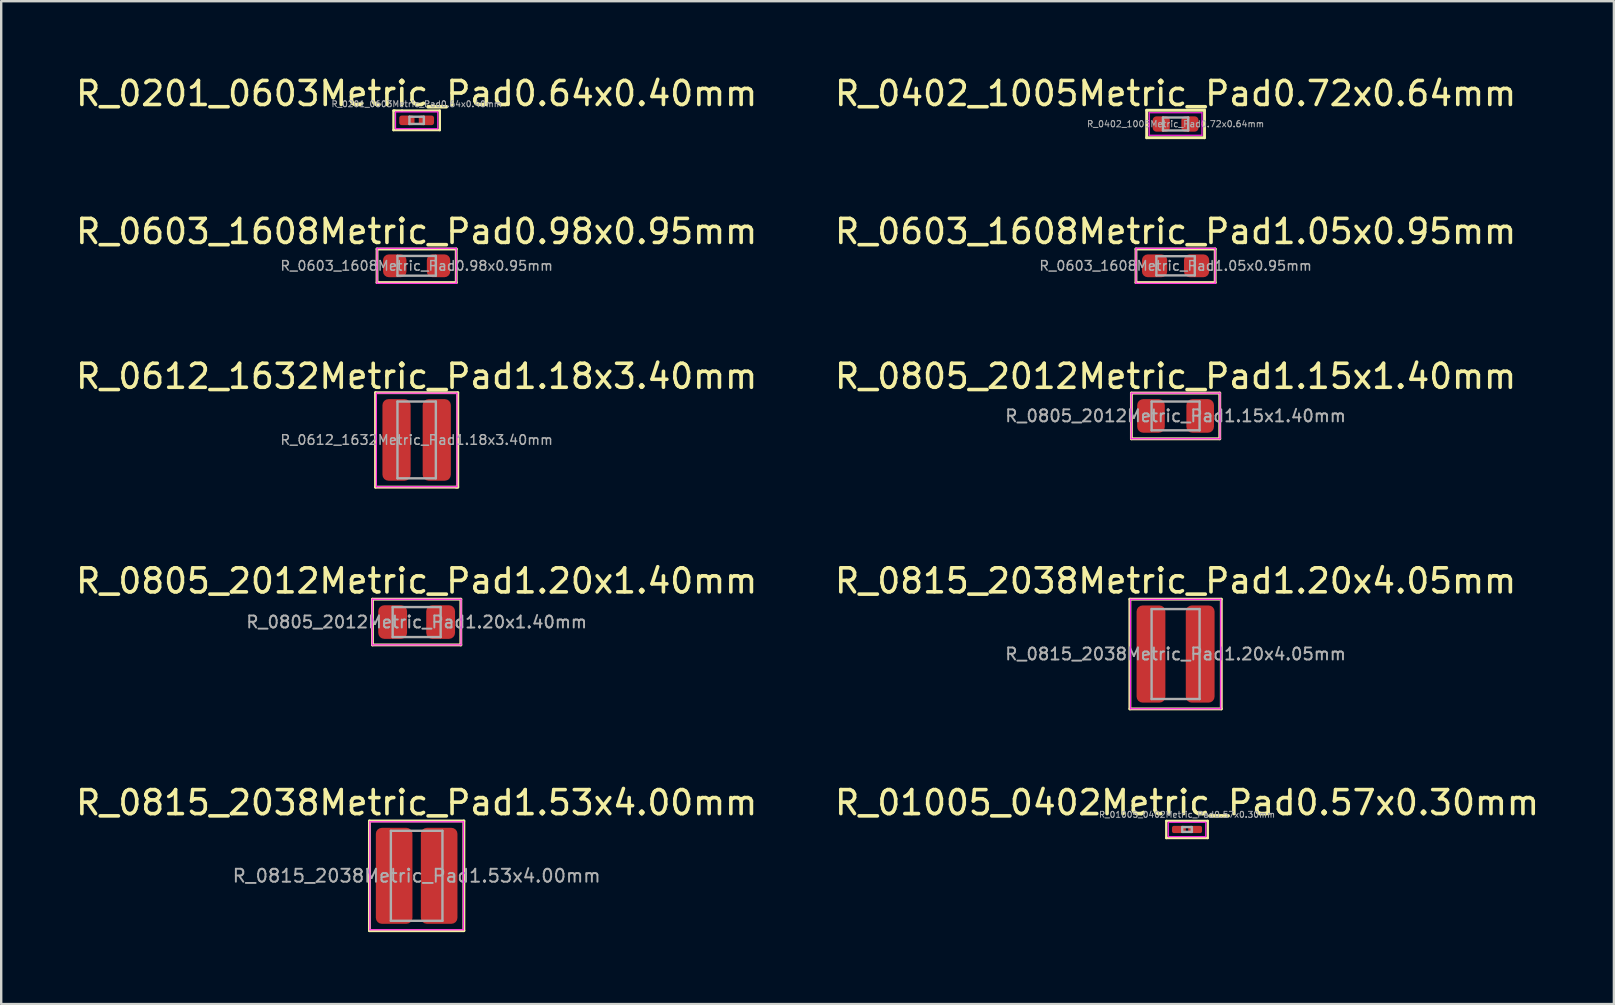
<source format=kicad_pcb>
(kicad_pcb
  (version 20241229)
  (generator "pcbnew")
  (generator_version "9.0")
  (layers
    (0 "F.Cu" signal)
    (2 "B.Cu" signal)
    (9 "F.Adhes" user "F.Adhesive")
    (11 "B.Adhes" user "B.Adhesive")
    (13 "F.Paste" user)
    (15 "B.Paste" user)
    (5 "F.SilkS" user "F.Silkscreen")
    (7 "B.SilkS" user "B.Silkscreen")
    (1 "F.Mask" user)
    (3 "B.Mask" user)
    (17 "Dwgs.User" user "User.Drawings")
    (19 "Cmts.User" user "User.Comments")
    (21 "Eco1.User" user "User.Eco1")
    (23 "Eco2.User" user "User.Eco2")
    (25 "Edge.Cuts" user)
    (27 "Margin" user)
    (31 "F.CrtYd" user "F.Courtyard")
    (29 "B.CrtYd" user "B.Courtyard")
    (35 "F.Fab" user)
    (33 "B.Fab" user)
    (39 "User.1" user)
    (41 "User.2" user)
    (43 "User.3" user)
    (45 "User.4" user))
  (footprint "R_0603_1608Metric_Pad1.05x0.95mm"
    (layer "F.Cu")
    (at 45.946 8.028)
    (property "Reference" "R_0603_1608Metric_Pad1.05x0.95mm" (at 0 -1.43 0) (layer "F.SilkS") (effects (font (size 1 1) (thickness 0.15))))
    (attr smd)
    (fp_line (start -1.651 -0.699) (end -1.651 0.699) (stroke (width 0.12) (type solid)) (layer "F.SilkS"))
    (fp_line (start -1.651 0.699) (end 1.651 0.699) (stroke (width 0.12) (type solid)) (layer "F.SilkS"))
    (fp_line (start 1.651 -0.699) (end -1.651 -0.699) (stroke (width 0.12) (type solid)) (layer "F.SilkS"))
    (fp_line (start 1.651 0.699) (end 1.651 -0.699) (stroke (width 0.12) (type solid)) (layer "F.SilkS"))
    (fp_line (start -1.65 -0.73) (end 1.65 -0.73) (stroke (width 0.05) (type solid)) (layer "F.CrtYd"))
    (fp_line (start -1.65 0.73) (end -1.65 -0.73) (stroke (width 0.05) (type solid)) (layer "F.CrtYd"))
    (fp_line (start 1.65 -0.73) (end 1.65 0.73) (stroke (width 0.05) (type solid)) (layer "F.CrtYd"))
    (fp_line (start 1.65 0.73) (end -1.65 0.73) (stroke (width 0.05) (type solid)) (layer "F.CrtYd"))
    (fp_line (start -0.8 -0.4) (end 0.8 -0.4) (stroke (width 0.1) (type solid)) (layer "F.Fab"))
    (fp_line (start -0.8 0.4) (end -0.8 -0.4) (stroke (width 0.1) (type solid)) (layer "F.Fab"))
    (fp_line (start 0.8 -0.4) (end 0.8 0.4) (stroke (width 0.1) (type solid)) (layer "F.Fab"))
    (fp_line (start 0.8 0.4) (end -0.8 0.4) (stroke (width 0.1) (type solid)) (layer "F.Fab"))
    (fp_text user "${REFERENCE}" (at 0 0 0) (layer "F.Fab") (effects (font (size 0.4 0.4) (thickness 0.06))))
    (pad "1" smd roundrect (at -0.875 0) (size 1.05 0.95) (layers "F.Cu" "F.Mask" "F.Paste") (roundrect_rratio 0.25))
    (pad "2" smd roundrect (at 0.875 0) (size 1.05 0.95) (layers "F.Cu" "F.Mask" "F.Paste") (roundrect_rratio 0.25)))
  (footprint "R_0612_1632Metric_Pad1.18x3.40mm"
    (layer "F.Cu")
    (at 14.315 15.285)
    (property "Reference" "R_0612_1632Metric_Pad1.18x3.40mm" (at 0 -2.65 0) (layer "F.SilkS") (effects (font (size 1 1) (thickness 0.15))))
    (attr smd)
    (fp_line (start -1.714 -1.968) (end -1.714 1.968) (stroke (width 0.12) (type solid)) (layer "F.SilkS"))
    (fp_line (start -1.714 1.968) (end 1.651 1.968) (stroke (width 0.12) (type solid)) (layer "F.SilkS"))
    (fp_line (start 1.651 1.968) (end 1.714 1.968) (stroke (width 0.12) (type solid)) (layer "F.SilkS"))
    (fp_line (start 1.714 -1.968) (end -1.714 -1.968) (stroke (width 0.12) (type solid)) (layer "F.SilkS"))
    (fp_line (start 1.714 1.968) (end 1.714 -1.968) (stroke (width 0.12) (type solid)) (layer "F.SilkS"))
    (fp_line (start -1.68 -1.95) (end 1.68 -1.95) (stroke (width 0.05) (type solid)) (layer "F.CrtYd"))
    (fp_line (start -1.68 1.95) (end -1.68 -1.95) (stroke (width 0.05) (type solid)) (layer "F.CrtYd"))
    (fp_line (start 1.68 -1.95) (end 1.68 1.95) (stroke (width 0.05) (type solid)) (layer "F.CrtYd"))
    (fp_line (start 1.68 1.95) (end -1.68 1.95) (stroke (width 0.05) (type solid)) (layer "F.CrtYd"))
    (fp_line (start -0.8 -1.6) (end 0.8 -1.6) (stroke (width 0.1) (type solid)) (layer "F.Fab"))
    (fp_line (start -0.8 1.6) (end -0.8 -1.6) (stroke (width 0.1) (type solid)) (layer "F.Fab"))
    (fp_line (start 0.8 -1.6) (end 0.8 1.6) (stroke (width 0.1) (type solid)) (layer "F.Fab"))
    (fp_line (start 0.8 1.6) (end -0.8 1.6) (stroke (width 0.1) (type solid)) (layer "F.Fab"))
    (fp_text user "${REFERENCE}" (at 0 0 0) (layer "F.Fab") (effects (font (size 0.4 0.4) (thickness 0.06))))
    (pad "1" smd roundrect (at -0.838 0) (size 1.175 3.4) (layers "F.Cu" "F.Mask" "F.Paste") (roundrect_rratio 0.213))
    (pad "2" smd roundrect (at 0.838 0) (size 1.175 3.4) (layers "F.Cu" "F.Mask" "F.Paste") (roundrect_rratio 0.213)))
  (footprint "R_0815_2038Metric_Pad1.53x4.00mm"
    (layer "F.Cu")
    (at 14.315 33.452)
    (property "Reference" "R_0815_2038Metric_Pad1.53x4.00mm" (at 0 -3.048 0) (layer "F.SilkS") (effects (font (size 1 1) (thickness 0.15))))
    (attr smd)
    (fp_line (start -1.968 -2.286) (end 1.968 -2.286) (stroke (width 0.12) (type solid)) (layer "F.SilkS"))
    (fp_line (start -1.968 2.286) (end -1.968 -2.286) (stroke (width 0.12) (type solid)) (layer "F.SilkS"))
    (fp_line (start 1.968 -2.286) (end 1.968 2.286) (stroke (width 0.12) (type solid)) (layer "F.SilkS"))
    (fp_line (start 1.968 2.286) (end -1.968 2.286) (stroke (width 0.12) (type solid)) (layer "F.SilkS"))
    (fp_line (start -1.95 -2.25) (end 1.95 -2.25) (stroke (width 0.05) (type solid)) (layer "F.CrtYd"))
    (fp_line (start -1.95 2.25) (end -1.95 -2.25) (stroke (width 0.05) (type solid)) (layer "F.CrtYd"))
    (fp_line (start 1.95 -2.25) (end 1.95 2.25) (stroke (width 0.05) (type solid)) (layer "F.CrtYd"))
    (fp_line (start 1.95 2.25) (end -1.95 2.25) (stroke (width 0.05) (type solid)) (layer "F.CrtYd"))
    (fp_line (start -1.075 -1.875) (end 1.075 -1.875) (stroke (width 0.1) (type solid)) (layer "F.Fab"))
    (fp_line (start -1.075 1.875) (end -1.075 -1.875) (stroke (width 0.1) (type solid)) (layer "F.Fab"))
    (fp_line (start 1.075 -1.875) (end 1.075 1.875) (stroke (width 0.1) (type solid)) (layer "F.Fab"))
    (fp_line (start 1.075 1.875) (end -1.075 1.875) (stroke (width 0.1) (type solid)) (layer "F.Fab"))
    (fp_text user "${REFERENCE}" (at 0 0 0) (layer "F.Fab") (effects (font (size 0.54 0.54) (thickness 0.08))))
    (pad "1" smd roundrect (at -0.938 0) (size 1.525 4) (layers "F.Cu" "F.Mask" "F.Paste") (roundrect_rratio 0.164))
    (pad "2" smd roundrect (at 0.938 0) (size 1.525 4) (layers "F.Cu" "F.Mask" "F.Paste") (roundrect_rratio 0.164)))
  (footprint "R_0805_2012Metric_Pad1.15x1.40mm"
    (layer "F.Cu")
    (at 45.946 14.285)
    (property "Reference" "R_0805_2012Metric_Pad1.15x1.40mm" (at 0 -1.65 0) (layer "F.SilkS") (effects (font (size 1 1) (thickness 0.15))))
    (attr smd)
    (fp_line (start -1.841 -0.953) (end -1.841 0.953) (stroke (width 0.12) (type solid)) (layer "F.SilkS"))
    (fp_line (start -1.841 0.953) (end 1.841 0.953) (stroke (width 0.12) (type solid)) (layer "F.SilkS"))
    (fp_line (start 1.841 -0.953) (end -1.841 -0.953) (stroke (width 0.12) (type solid)) (layer "F.SilkS"))
    (fp_line (start 1.841 0.953) (end 1.841 -0.953) (stroke (width 0.12) (type solid)) (layer "F.SilkS"))
    (fp_line (start -1.85 -0.95) (end 1.85 -0.95) (stroke (width 0.05) (type solid)) (layer "F.CrtYd"))
    (fp_line (start -1.85 0.95) (end -1.85 -0.95) (stroke (width 0.05) (type solid)) (layer "F.CrtYd"))
    (fp_line (start 1.85 -0.95) (end 1.85 0.95) (stroke (width 0.05) (type solid)) (layer "F.CrtYd"))
    (fp_line (start 1.85 0.95) (end -1.85 0.95) (stroke (width 0.05) (type solid)) (layer "F.CrtYd"))
    (fp_line (start -1 -0.6) (end 1 -0.6) (stroke (width 0.1) (type solid)) (layer "F.Fab"))
    (fp_line (start -1 0.6) (end -1 -0.6) (stroke (width 0.1) (type solid)) (layer "F.Fab"))
    (fp_line (start 1 -0.6) (end 1 0.6) (stroke (width 0.1) (type solid)) (layer "F.Fab"))
    (fp_line (start 1 0.6) (end -1 0.6) (stroke (width 0.1) (type solid)) (layer "F.Fab"))
    (fp_text user "${REFERENCE}" (at 0 0 0) (layer "F.Fab") (effects (font (size 0.5 0.5) (thickness 0.08))))
    (pad "1" smd roundrect (at -1.025 0) (size 1.15 1.4) (layers "F.Cu" "F.Mask" "F.Paste") (roundrect_rratio 0.217))
    (pad "2" smd roundrect (at 1.025 0) (size 1.15 1.4) (layers "F.Cu" "F.Mask" "F.Paste") (roundrect_rratio 0.217)))
  (footprint "R_0815_2038Metric_Pad1.20x4.05mm"
    (layer "F.Cu")
    (at 45.946 24.209)
    (property "Reference" "R_0815_2038Metric_Pad1.20x4.05mm" (at 0 -3.048 0) (layer "F.SilkS") (effects (font (size 1 1) (thickness 0.15))))
    (attr smd)
    (fp_line (start -1.905 -2.286) (end -1.905 2.286) (stroke (width 0.12) (type solid)) (layer "F.SilkS"))
    (fp_line (start -1.905 2.286) (end 1.905 2.286) (stroke (width 0.12) (type solid)) (layer "F.SilkS"))
    (fp_line (start 1.905 -2.286) (end -1.905 -2.286) (stroke (width 0.12) (type solid)) (layer "F.SilkS"))
    (fp_line (start 1.905 2.286) (end 1.905 -2.286) (stroke (width 0.12) (type solid)) (layer "F.SilkS"))
    (fp_line (start -1.88 -2.28) (end 1.88 -2.28) (stroke (width 0.05) (type solid)) (layer "F.CrtYd"))
    (fp_line (start -1.88 2.28) (end -1.88 -2.28) (stroke (width 0.05) (type solid)) (layer "F.CrtYd"))
    (fp_line (start 1.88 -2.28) (end 1.88 2.28) (stroke (width 0.05) (type solid)) (layer "F.CrtYd"))
    (fp_line (start 1.88 2.28) (end -1.88 2.28) (stroke (width 0.05) (type solid)) (layer "F.CrtYd"))
    (fp_line (start -1 -1.875) (end 1 -1.875) (stroke (width 0.1) (type solid)) (layer "F.Fab"))
    (fp_line (start -1 1.875) (end -1 -1.875) (stroke (width 0.1) (type solid)) (layer "F.Fab"))
    (fp_line (start 1 -1.875) (end 1 1.875) (stroke (width 0.1) (type solid)) (layer "F.Fab"))
    (fp_line (start 1 1.875) (end -1 1.875) (stroke (width 0.1) (type solid)) (layer "F.Fab"))
    (fp_text user "${REFERENCE}" (at 0 0 0) (layer "F.Fab") (effects (font (size 0.5 0.5) (thickness 0.08))))
    (pad "1" smd roundrect (at -1.025 0) (size 1.2 4.05) (layers "F.Cu" "F.Mask" "F.Paste") (roundrect_rratio 0.208))
    (pad "2" smd roundrect (at 1.025 0) (size 1.2 4.05) (layers "F.Cu" "F.Mask" "F.Paste") (roundrect_rratio 0.208)))
  (footprint "R_0402_1005Metric_Pad0.72x0.64mm"
    (layer "F.Cu")
    (at 45.946 2.118)
    (property "Reference" "R_0402_1005Metric_Pad0.72x0.64mm" (at 0 -1.27 0) (layer "F.SilkS") (effects (font (size 1 1) (thickness 0.15))))
    (attr smd)
    (fp_line (start -1.206 -0.572) (end -1.206 0.572) (stroke (width 0.12) (type solid)) (layer "F.SilkS"))
    (fp_line (start -1.206 0.572) (end 1.206 0.572) (stroke (width 0.12) (type solid)) (layer "F.SilkS"))
    (fp_line (start 1.206 -0.572) (end -1.206 -0.572) (stroke (width 0.12) (type solid)) (layer "F.SilkS"))
    (fp_line (start 1.206 0.572) (end 1.206 -0.572) (stroke (width 0.12) (type solid)) (layer "F.SilkS"))
    (fp_line (start -1.1 -0.47) (end 1.1 -0.47) (stroke (width 0.05) (type solid)) (layer "F.CrtYd"))
    (fp_line (start -1.1 0.47) (end -1.1 -0.47) (stroke (width 0.05) (type solid)) (layer "F.CrtYd"))
    (fp_line (start 1.1 -0.47) (end 1.1 0.47) (stroke (width 0.05) (type solid)) (layer "F.CrtYd"))
    (fp_line (start 1.1 0.47) (end -1.1 0.47) (stroke (width 0.05) (type solid)) (layer "F.CrtYd"))
    (fp_line (start -0.525 -0.27) (end 0.525 -0.27) (stroke (width 0.1) (type solid)) (layer "F.Fab"))
    (fp_line (start -0.525 0.27) (end -0.525 -0.27) (stroke (width 0.1) (type solid)) (layer "F.Fab"))
    (fp_line (start 0.525 -0.27) (end 0.525 0.27) (stroke (width 0.1) (type solid)) (layer "F.Fab"))
    (fp_line (start 0.525 0.27) (end -0.525 0.27) (stroke (width 0.1) (type solid)) (layer "F.Fab"))
    (fp_text user "${REFERENCE}" (at 0 0 0) (layer "F.Fab") (effects (font (size 0.26 0.26) (thickness 0.04))))
    (pad "1" smd roundrect (at -0.598 0) (size 0.715 0.64) (layers "F.Cu" "F.Mask" "F.Paste") (roundrect_rratio 0.25))
    (pad "2" smd roundrect (at 0.598 0) (size 0.715 0.64) (layers "F.Cu" "F.Mask" "F.Paste") (roundrect_rratio 0.25)))
  (footprint "R_0201_0603Metric_Pad0.64x0.40mm"
    (layer "F.Cu")
    (at 14.315 1.966)
    (property "Reference" "R_0201_0603Metric_Pad0.64x0.40mm" (at 0 -1.118 0) (layer "F.SilkS") (effects (font (size 1 1) (thickness 0.15))))
    (attr smd)
    (fp_line (start -0.965 -0.406) (end -0.965 0.406) (stroke (width 0.1) (type solid)) (layer "F.SilkS"))
    (fp_line (start -0.965 0.406) (end 0.965 0.406) (stroke (width 0.1) (type solid)) (layer "F.SilkS"))
    (fp_line (start -0.914 -0.406) (end -0.965 -0.406) (stroke (width 0.1) (type solid)) (layer "F.SilkS"))
    (fp_line (start -0.61 -0.406) (end -0.914 -0.406) (stroke (width 0.1) (type solid)) (layer "F.SilkS"))
    (fp_line (start 0.965 -0.406) (end -0.61 -0.406) (stroke (width 0.1) (type solid)) (layer "F.SilkS"))
    (fp_line (start 0.965 0.406) (end 0.965 -0.406) (stroke (width 0.1) (type solid)) (layer "F.SilkS"))
    (fp_line (start -0.88 -0.35) (end 0.88 -0.35) (stroke (width 0.05) (type solid)) (layer "F.CrtYd"))
    (fp_line (start -0.88 0.35) (end -0.88 -0.35) (stroke (width 0.05) (type solid)) (layer "F.CrtYd"))
    (fp_line (start 0.88 -0.35) (end 0.88 0.35) (stroke (width 0.05) (type solid)) (layer "F.CrtYd"))
    (fp_line (start 0.88 0.35) (end -0.88 0.35) (stroke (width 0.05) (type solid)) (layer "F.CrtYd"))
    (fp_line (start -0.3 -0.15) (end 0.3 -0.15) (stroke (width 0.1) (type solid)) (layer "F.Fab"))
    (fp_line (start -0.3 0.15) (end -0.3 -0.15) (stroke (width 0.1) (type solid)) (layer "F.Fab"))
    (fp_line (start 0.3 -0.15) (end 0.3 0.15) (stroke (width 0.1) (type solid)) (layer "F.Fab"))
    (fp_line (start 0.3 0.15) (end -0.3 0.15) (stroke (width 0.1) (type solid)) (layer "F.Fab"))
    (fp_text user "${REFERENCE}" (at 0 -0.68 0) (layer "F.Fab") (effects (font (size 0.25 0.25) (thickness 0.04))))
    (pad "" smd roundrect (at -0.432 0) (size 0.458 0.36) (layers "F.Paste") (roundrect_rratio 0.25))
    (pad "" smd roundrect (at 0.432 0) (size 0.458 0.36) (layers "F.Paste") (roundrect_rratio 0.25))
    (pad "1" smd roundrect (at -0.407 0) (size 0.635 0.4) (layers "F.Cu" "F.Mask") (roundrect_rratio 0.25))
    (pad "2" smd roundrect (at 0.407 0) (size 0.635 0.4) (layers "F.Cu" "F.Mask") (roundrect_rratio 0.25)))
  (footprint "R_0805_2012Metric_Pad1.20x1.40mm"
    (layer "F.Cu")
    (at 14.315 22.876)
    (property "Reference" "R_0805_2012Metric_Pad1.20x1.40mm" (at 0 -1.714 0) (layer "F.SilkS") (effects (font (size 1 1) (thickness 0.15))))
    (attr smd)
    (fp_line (start -1.841 -0.953) (end -1.841 0.953) (stroke (width 0.12) (type solid)) (layer "F.SilkS"))
    (fp_line (start -1.841 0.953) (end 1.841 0.953) (stroke (width 0.12) (type solid)) (layer "F.SilkS"))
    (fp_line (start 1.841 -0.953) (end -1.841 -0.953) (stroke (width 0.12) (type solid)) (layer "F.SilkS"))
    (fp_line (start 1.841 0.953) (end 1.841 -0.953) (stroke (width 0.12) (type solid)) (layer "F.SilkS"))
    (fp_line (start -1.85 -0.95) (end 1.85 -0.95) (stroke (width 0.05) (type solid)) (layer "F.CrtYd"))
    (fp_line (start -1.85 0.95) (end -1.85 -0.95) (stroke (width 0.05) (type solid)) (layer "F.CrtYd"))
    (fp_line (start 1.85 -0.95) (end 1.85 0.95) (stroke (width 0.05) (type solid)) (layer "F.CrtYd"))
    (fp_line (start 1.85 0.95) (end -1.85 0.95) (stroke (width 0.05) (type solid)) (layer "F.CrtYd"))
    (fp_line (start -1 -0.625) (end 1 -0.625) (stroke (width 0.1) (type solid)) (layer "F.Fab"))
    (fp_line (start -1 0.625) (end -1 -0.625) (stroke (width 0.1) (type solid)) (layer "F.Fab"))
    (fp_line (start 1 -0.625) (end 1 0.625) (stroke (width 0.1) (type solid)) (layer "F.Fab"))
    (fp_line (start 1 0.625) (end -1 0.625) (stroke (width 0.1) (type solid)) (layer "F.Fab"))
    (fp_text user "${REFERENCE}" (at 0 0 0) (layer "F.Fab") (effects (font (size 0.5 0.5) (thickness 0.08))))
    (pad "1" smd roundrect (at -1 0) (size 1.2 1.4) (layers "F.Cu" "F.Mask" "F.Paste") (roundrect_rratio 0.208))
    (pad "2" smd roundrect (at 1 0) (size 1.2 1.4) (layers "F.Cu" "F.Mask" "F.Paste") (roundrect_rratio 0.208)))
  (footprint "R_01005_0402Metric_Pad0.57x0.30mm"
    (layer "F.Cu")
    (at 46.423 31.521)
    (property "Reference" "R_01005_0402Metric_Pad0.57x0.30mm" (at 0 -1.118 0) (layer "F.SilkS") (effects (font (size 1 1) (thickness 0.15))))
    (attr smd)
    (fp_line (start -0.864 -0.356) (end -0.864 0.356) (stroke (width 0.1) (type solid)) (layer "F.SilkS"))
    (fp_line (start -0.864 0.356) (end 0.864 0.356) (stroke (width 0.1) (type solid)) (layer "F.SilkS"))
    (fp_line (start 0.864 -0.356) (end -0.864 -0.356) (stroke (width 0.1) (type solid)) (layer "F.SilkS"))
    (fp_line (start 0.864 0.356) (end 0.864 -0.356) (stroke (width 0.1) (type solid)) (layer "F.SilkS"))
    (fp_line (start -0.78 -0.3) (end 0.78 -0.3) (stroke (width 0.05) (type solid)) (layer "F.CrtYd"))
    (fp_line (start -0.78 0.3) (end -0.78 -0.3) (stroke (width 0.05) (type solid)) (layer "F.CrtYd"))
    (fp_line (start 0.78 -0.3) (end 0.78 0.3) (stroke (width 0.05) (type solid)) (layer "F.CrtYd"))
    (fp_line (start 0.78 0.3) (end -0.78 0.3) (stroke (width 0.05) (type solid)) (layer "F.CrtYd"))
    (fp_line (start -0.2 -0.1) (end 0.2 -0.1) (stroke (width 0.1) (type solid)) (layer "F.Fab"))
    (fp_line (start -0.2 0.1) (end -0.2 -0.1) (stroke (width 0.1) (type solid)) (layer "F.Fab"))
    (fp_line (start 0.2 -0.1) (end 0.2 0.1) (stroke (width 0.1) (type solid)) (layer "F.Fab"))
    (fp_line (start 0.2 0.1) (end -0.2 0.1) (stroke (width 0.1) (type solid)) (layer "F.Fab"))
    (fp_text user "${REFERENCE}" (at 0 -0.62 0) (layer "F.Fab") (effects (font (size 0.25 0.25) (thickness 0.04))))
    (pad "" smd roundrect (at -0.362 0) (size 0.41 0.27) (layers "F.Paste") (roundrect_rratio 0.25))
    (pad "" smd roundrect (at 0.362 0) (size 0.41 0.27) (layers "F.Paste") (roundrect_rratio 0.25))
    (pad "1" smd roundrect (at -0.338 0) (size 0.575 0.3) (layers "F.Cu" "F.Mask") (roundrect_rratio 0.25))
    (pad "2" smd roundrect (at 0.338 0) (size 0.575 0.3) (layers "F.Cu" "F.Mask") (roundrect_rratio 0.25)))
  (footprint "R_0603_1608Metric_Pad0.98x0.95mm"
    (layer "F.Cu")
    (at 14.315 8.028)
    (property "Reference" "R_0603_1608Metric_Pad0.98x0.95mm" (at 0 -1.43 0) (layer "F.SilkS") (effects (font (size 1 1) (thickness 0.15))))
    (attr smd)
    (fp_line (start -1.651 -0.699) (end -1.651 0.699) (stroke (width 0.12) (type solid)) (layer "F.SilkS"))
    (fp_line (start -1.651 0.699) (end 1.651 0.699) (stroke (width 0.12) (type solid)) (layer "F.SilkS"))
    (fp_line (start 1.651 -0.699) (end -1.651 -0.699) (stroke (width 0.12) (type solid)) (layer "F.SilkS"))
    (fp_line (start 1.651 0.699) (end 1.651 -0.699) (stroke (width 0.12) (type solid)) (layer "F.SilkS"))
    (fp_line (start -1.65 -0.73) (end 1.65 -0.73) (stroke (width 0.05) (type solid)) (layer "F.CrtYd"))
    (fp_line (start -1.65 0.73) (end -1.65 -0.73) (stroke (width 0.05) (type solid)) (layer "F.CrtYd"))
    (fp_line (start 1.65 -0.73) (end 1.65 0.73) (stroke (width 0.05) (type solid)) (layer "F.CrtYd"))
    (fp_line (start 1.65 0.73) (end -1.65 0.73) (stroke (width 0.05) (type solid)) (layer "F.CrtYd"))
    (fp_line (start -0.8 -0.412) (end 0.8 -0.412) (stroke (width 0.1) (type solid)) (layer "F.Fab"))
    (fp_line (start -0.8 0.412) (end -0.8 -0.412) (stroke (width 0.1) (type solid)) (layer "F.Fab"))
    (fp_line (start 0.8 -0.412) (end 0.8 0.412) (stroke (width 0.1) (type solid)) (layer "F.Fab"))
    (fp_line (start 0.8 0.412) (end -0.8 0.412) (stroke (width 0.1) (type solid)) (layer "F.Fab"))
    (fp_text user "${REFERENCE}" (at 0 0 0) (layer "F.Fab") (effects (font (size 0.4 0.4) (thickness 0.06))))
    (pad "1" smd roundrect (at -0.912 0) (size 0.975 0.95) (layers "F.Cu" "F.Mask" "F.Paste") (roundrect_rratio 0.25))
    (pad "2" smd roundrect (at 0.912 0) (size 0.975 0.95) (layers "F.Cu" "F.Mask" "F.Paste") (roundrect_rratio 0.25)))
  (gr_rect
    (start -3 -3)
    (end 64.214 38.798)
    (stroke (width 0.1) (type default))
    (fill no)
    (layer "Edge.Cuts")))
</source>
